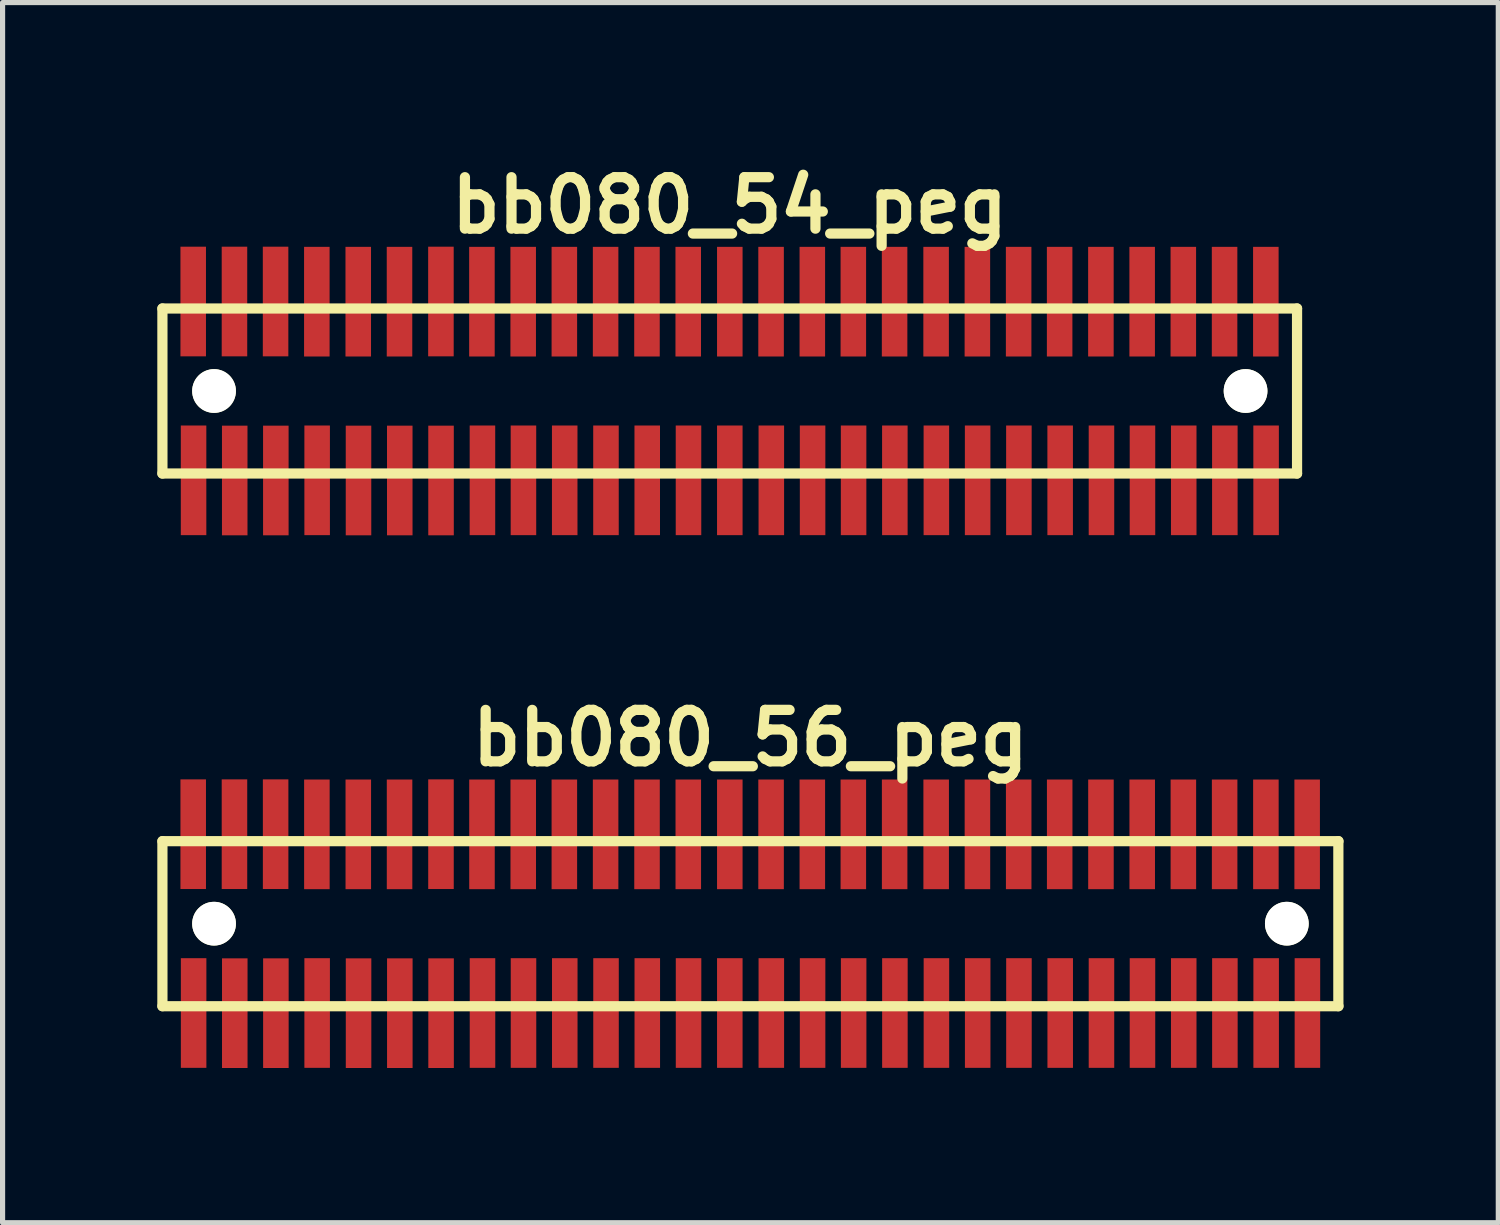
<source format=kicad_pcb>
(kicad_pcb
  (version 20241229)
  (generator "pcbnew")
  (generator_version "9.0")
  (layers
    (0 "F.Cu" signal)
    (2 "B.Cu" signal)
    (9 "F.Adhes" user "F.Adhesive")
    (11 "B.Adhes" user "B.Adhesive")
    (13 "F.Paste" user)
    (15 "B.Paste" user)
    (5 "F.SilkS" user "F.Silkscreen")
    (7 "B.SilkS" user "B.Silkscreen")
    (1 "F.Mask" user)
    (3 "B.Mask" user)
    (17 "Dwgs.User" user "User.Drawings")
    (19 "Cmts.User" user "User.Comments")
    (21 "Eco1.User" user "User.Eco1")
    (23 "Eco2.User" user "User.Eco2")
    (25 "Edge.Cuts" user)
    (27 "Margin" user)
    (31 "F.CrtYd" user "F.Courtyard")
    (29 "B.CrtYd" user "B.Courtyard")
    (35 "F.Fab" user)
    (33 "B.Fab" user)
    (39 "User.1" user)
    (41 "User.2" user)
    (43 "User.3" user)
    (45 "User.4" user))
  (footprint "bb080_56_peg"
    (layer "F.Cu")
    (at 11.499 14.859)
    (property "Reference" "bb080_56_peg" (at 0 -3.599 0) (layer "F.SilkS") (effects (font (size 0.998 0.998) (thickness 0.198))))
    (attr smd)
    (fp_line (start -11.4 -1.6) (end -11.4 1.6) (stroke (width 0.198) (type solid)) (layer "F.SilkS"))
    (fp_line (start -11.4 -1.6) (end 11.402 -1.6) (stroke (width 0.198) (type solid)) (layer "F.SilkS"))
    (fp_line (start 11.4 1.6) (end 11.4 -1.6) (stroke (width 0.198) (type solid)) (layer "F.SilkS"))
    (fp_line (start 11.402 1.6) (end -11.4 1.6) (stroke (width 0.198) (type solid)) (layer "F.SilkS"))
    (pad "" np_thru_hole circle (at -10.399 0) (size 0.848 0.848) (drill 0.848) (layers "*.Cu" "*.Mask" "F.SilkS"))
    (pad "" np_thru_hole circle (at 10.401 0) (size 0.848 0.848) (drill 0.848) (layers "*.Cu" "*.Mask" "F.SilkS"))
    (pad "1" smd rect (at -10.795 1.732) (size 0.495 2.126) (layers "F.Cu" "F.Mask" "F.Paste"))
    (pad "2" smd rect (at -10.803 -1.735) (size 0.495 2.126) (layers "F.Cu" "F.Mask" "F.Paste"))
    (pad "3" smd rect (at -9.997 1.735) (size 0.495 2.126) (layers "F.Cu" "F.Mask" "F.Paste"))
    (pad "4" smd rect (at -10.003 -1.735) (size 0.495 2.126) (layers "F.Cu" "F.Mask" "F.Paste"))
    (pad "5" smd rect (at -9.2 1.735) (size 0.495 2.126) (layers "F.Cu" "F.Mask" "F.Paste"))
    (pad "6" smd rect (at -9.205 -1.735) (size 0.495 2.126) (layers "F.Cu" "F.Mask" "F.Paste"))
    (pad "7" smd rect (at -8.4 1.732) (size 0.495 2.126) (layers "F.Cu" "F.Mask" "F.Paste"))
    (pad "8" smd rect (at -8.405 -1.732) (size 0.495 2.126) (layers "F.Cu" "F.Mask" "F.Paste"))
    (pad "9" smd rect (at -7.597 1.735) (size 0.495 2.126) (layers "F.Cu" "F.Mask" "F.Paste"))
    (pad "10" smd rect (at -7.602 -1.732) (size 0.495 2.126) (layers "F.Cu" "F.Mask" "F.Paste"))
    (pad "11" smd rect (at -6.797 1.735) (size 0.495 2.126) (layers "F.Cu" "F.Mask" "F.Paste"))
    (pad "12" smd rect (at -6.802 -1.732) (size 0.495 2.126) (layers "F.Cu" "F.Mask" "F.Paste"))
    (pad "13" smd rect (at -5.997 1.735) (size 0.495 2.126) (layers "F.Cu" "F.Mask" "F.Paste"))
    (pad "14" smd rect (at -5.999 -1.735) (size 0.495 2.126) (layers "F.Cu" "F.Mask" "F.Paste"))
    (pad "15" smd rect (at -5.194 1.732) (size 0.495 2.126) (layers "F.Cu" "F.Mask" "F.Paste"))
    (pad "16" smd rect (at -5.204 -1.732) (size 0.495 2.126) (layers "F.Cu" "F.Mask" "F.Paste"))
    (pad "17" smd rect (at -4.399 1.732) (size 0.495 2.126) (layers "F.Cu" "F.Mask" "F.Paste"))
    (pad "18" smd rect (at -4.404 -1.732) (size 0.495 2.126) (layers "F.Cu" "F.Mask" "F.Paste"))
    (pad "19" smd rect (at -3.599 1.732) (size 0.495 2.126) (layers "F.Cu" "F.Mask" "F.Paste"))
    (pad "20" smd rect (at -3.607 -1.732) (size 0.495 2.126) (layers "F.Cu" "F.Mask" "F.Paste"))
    (pad "21" smd rect (at -2.799 1.732) (size 0.495 2.126) (layers "F.Cu" "F.Mask" "F.Paste"))
    (pad "22" smd rect (at -2.807 -1.732) (size 0.495 2.126) (layers "F.Cu" "F.Mask" "F.Paste"))
    (pad "23" smd rect (at -1.999 1.732) (size 0.495 2.126) (layers "F.Cu" "F.Mask" "F.Paste"))
    (pad "24" smd rect (at -2.004 -1.732) (size 0.495 2.126) (layers "F.Cu" "F.Mask" "F.Paste"))
    (pad "25" smd rect (at -1.199 1.732) (size 0.495 2.126) (layers "F.Cu" "F.Mask" "F.Paste"))
    (pad "26" smd rect (at -1.204 -1.732) (size 0.495 2.126) (layers "F.Cu" "F.Mask" "F.Paste"))
    (pad "27" smd rect (at -0.399 1.732) (size 0.495 2.126) (layers "F.Cu" "F.Mask" "F.Paste"))
    (pad "28" smd rect (at -0.399 -1.732) (size 0.495 2.126) (layers "F.Cu" "F.Mask" "F.Paste"))
    (pad "29" smd rect (at 0.406 1.732) (size 0.495 2.126) (layers "F.Cu" "F.Mask" "F.Paste"))
    (pad "30" smd rect (at 0.401 -1.732) (size 0.495 2.126) (layers "F.Cu" "F.Mask" "F.Paste"))
    (pad "31" smd rect (at 1.206 1.732) (size 0.495 2.126) (layers "F.Cu" "F.Mask" "F.Paste"))
    (pad "32" smd rect (at 1.201 -1.732) (size 0.495 2.126) (layers "F.Cu" "F.Mask" "F.Paste"))
    (pad "33" smd rect (at 2.002 1.732) (size 0.495 2.126) (layers "F.Cu" "F.Mask" "F.Paste"))
    (pad "34" smd rect (at 1.996 -1.732) (size 0.495 2.126) (layers "F.Cu" "F.Mask" "F.Paste"))
    (pad "35" smd rect (at 2.802 1.732) (size 0.495 2.126) (layers "F.Cu" "F.Mask" "F.Paste"))
    (pad "36" smd rect (at 2.797 -1.732) (size 0.495 2.126) (layers "F.Cu" "F.Mask" "F.Paste"))
    (pad "37" smd rect (at 3.607 1.732) (size 0.495 2.126) (layers "F.Cu" "F.Mask" "F.Paste"))
    (pad "38" smd rect (at 3.602 -1.732) (size 0.495 2.126) (layers "F.Cu" "F.Mask" "F.Paste"))
    (pad "39" smd rect (at 4.407 1.732) (size 0.495 2.126) (layers "F.Cu" "F.Mask" "F.Paste"))
    (pad "40" smd rect (at 4.402 -1.732) (size 0.495 2.126) (layers "F.Cu" "F.Mask" "F.Paste"))
    (pad "41" smd rect (at 5.207 1.732) (size 0.495 2.126) (layers "F.Cu" "F.Mask" "F.Paste"))
    (pad "42" smd rect (at 5.202 -1.732) (size 0.495 2.126) (layers "F.Cu" "F.Mask" "F.Paste"))
    (pad "43" smd rect (at 6.007 1.732) (size 0.495 2.126) (layers "F.Cu" "F.Mask" "F.Paste"))
    (pad "44" smd rect (at 5.997 -1.732) (size 0.495 2.126) (layers "F.Cu" "F.Mask" "F.Paste"))
    (pad "45" smd rect (at 6.807 1.732) (size 0.495 2.126) (layers "F.Cu" "F.Mask" "F.Paste"))
    (pad "46" smd rect (at 6.797 -1.732) (size 0.495 2.126) (layers "F.Cu" "F.Mask" "F.Paste"))
    (pad "47" smd rect (at 7.602 1.732) (size 0.495 2.126) (layers "F.Cu" "F.Mask" "F.Paste"))
    (pad "48" smd rect (at 7.597 -1.732) (size 0.495 2.126) (layers "F.Cu" "F.Mask" "F.Paste"))
    (pad "49" smd rect (at 8.402 1.732) (size 0.495 2.126) (layers "F.Cu" "F.Mask" "F.Paste"))
    (pad "50" smd rect (at 8.395 -1.732) (size 0.495 2.126) (layers "F.Cu" "F.Mask" "F.Paste"))
    (pad "51" smd rect (at 9.2 1.732) (size 0.495 2.126) (layers "F.Cu" "F.Mask" "F.Paste"))
    (pad "52" smd rect (at 9.195 -1.732) (size 0.495 2.126) (layers "F.Cu" "F.Mask" "F.Paste"))
    (pad "53" smd rect (at 10 1.732) (size 0.495 2.126) (layers "F.Cu" "F.Mask" "F.Paste"))
    (pad "54" smd rect (at 9.995 -1.732) (size 0.495 2.126) (layers "F.Cu" "F.Mask" "F.Paste"))
    (pad "55" smd rect (at 10.8 1.732) (size 0.495 2.126) (layers "F.Cu" "F.Mask" "F.Paste"))
    (pad "56" smd rect (at 10.795 -1.732) (size 0.495 2.126) (layers "F.Cu" "F.Mask" "F.Paste")))
  (footprint "bb080_54_peg"
    (layer "F.Cu")
    (at 11.097 4.531)
    (property "Reference" "bb080_54_peg" (at 0 -3.599 0) (layer "F.SilkS") (effects (font (size 0.998 0.998) (thickness 0.198))))
    (attr smd)
    (fp_line (start -10.998 -1.6) (end -10.998 1.6) (stroke (width 0.198) (type solid)) (layer "F.SilkS"))
    (fp_line (start -10.998 1.6) (end 11.001 1.6) (stroke (width 0.198) (type solid)) (layer "F.SilkS"))
    (fp_line (start 11.001 -1.6) (end -10.998 -1.6) (stroke (width 0.198) (type solid)) (layer "F.SilkS"))
    (fp_line (start 11.001 1.6) (end 11.001 -1.6) (stroke (width 0.198) (type solid)) (layer "F.SilkS"))
    (pad "" np_thru_hole circle (at -9.997 0) (size 0.848 0.848) (drill 0.848) (layers "*.Cu" "*.Mask" "F.SilkS"))
    (pad "" np_thru_hole circle (at 10.003 0) (size 0.848 0.848) (drill 0.848) (layers "*.Cu" "*.Mask" "F.SilkS"))
    (pad "1" smd rect (at -10.394 1.732) (size 0.495 2.126) (layers "F.Cu" "F.Mask" "F.Paste"))
    (pad "2" smd rect (at -10.401 -1.735) (size 0.495 2.126) (layers "F.Cu" "F.Mask" "F.Paste"))
    (pad "3" smd rect (at -9.596 1.735) (size 0.495 2.126) (layers "F.Cu" "F.Mask" "F.Paste"))
    (pad "4" smd rect (at -9.601 -1.735) (size 0.495 2.126) (layers "F.Cu" "F.Mask" "F.Paste"))
    (pad "5" smd rect (at -8.799 1.735) (size 0.495 2.126) (layers "F.Cu" "F.Mask" "F.Paste"))
    (pad "6" smd rect (at -8.804 -1.735) (size 0.495 2.126) (layers "F.Cu" "F.Mask" "F.Paste"))
    (pad "7" smd rect (at -7.998 1.732) (size 0.495 2.126) (layers "F.Cu" "F.Mask" "F.Paste"))
    (pad "8" smd rect (at -8.004 -1.732) (size 0.495 2.126) (layers "F.Cu" "F.Mask" "F.Paste"))
    (pad "9" smd rect (at -7.196 1.735) (size 0.495 2.126) (layers "F.Cu" "F.Mask" "F.Paste"))
    (pad "10" smd rect (at -7.201 -1.732) (size 0.495 2.126) (layers "F.Cu" "F.Mask" "F.Paste"))
    (pad "11" smd rect (at -6.396 1.735) (size 0.495 2.126) (layers "F.Cu" "F.Mask" "F.Paste"))
    (pad "12" smd rect (at -6.401 -1.732) (size 0.495 2.126) (layers "F.Cu" "F.Mask" "F.Paste"))
    (pad "13" smd rect (at -5.596 1.735) (size 0.495 2.126) (layers "F.Cu" "F.Mask" "F.Paste"))
    (pad "14" smd rect (at -5.598 -1.735) (size 0.495 2.126) (layers "F.Cu" "F.Mask" "F.Paste"))
    (pad "15" smd rect (at -4.793 1.732) (size 0.495 2.126) (layers "F.Cu" "F.Mask" "F.Paste"))
    (pad "16" smd rect (at -4.803 -1.732) (size 0.495 2.126) (layers "F.Cu" "F.Mask" "F.Paste"))
    (pad "17" smd rect (at -3.998 1.732) (size 0.495 2.126) (layers "F.Cu" "F.Mask" "F.Paste"))
    (pad "18" smd rect (at -4.003 -1.732) (size 0.495 2.126) (layers "F.Cu" "F.Mask" "F.Paste"))
    (pad "19" smd rect (at -3.198 1.732) (size 0.495 2.126) (layers "F.Cu" "F.Mask" "F.Paste"))
    (pad "20" smd rect (at -3.205 -1.732) (size 0.495 2.126) (layers "F.Cu" "F.Mask" "F.Paste"))
    (pad "21" smd rect (at -2.398 1.732) (size 0.495 2.126) (layers "F.Cu" "F.Mask" "F.Paste"))
    (pad "22" smd rect (at -2.405 -1.732) (size 0.495 2.126) (layers "F.Cu" "F.Mask" "F.Paste"))
    (pad "23" smd rect (at -1.598 1.732) (size 0.495 2.126) (layers "F.Cu" "F.Mask" "F.Paste"))
    (pad "24" smd rect (at -1.603 -1.732) (size 0.495 2.126) (layers "F.Cu" "F.Mask" "F.Paste"))
    (pad "25" smd rect (at -0.798 1.732) (size 0.495 2.126) (layers "F.Cu" "F.Mask" "F.Paste"))
    (pad "26" smd rect (at -0.803 -1.732) (size 0.495 2.126) (layers "F.Cu" "F.Mask" "F.Paste"))
    (pad "27" smd rect (at 0.003 1.732) (size 0.495 2.126) (layers "F.Cu" "F.Mask" "F.Paste"))
    (pad "28" smd rect (at 0.003 -1.732) (size 0.495 2.126) (layers "F.Cu" "F.Mask" "F.Paste"))
    (pad "29" smd rect (at 0.808 1.732) (size 0.495 2.126) (layers "F.Cu" "F.Mask" "F.Paste"))
    (pad "30" smd rect (at 0.803 -1.732) (size 0.495 2.126) (layers "F.Cu" "F.Mask" "F.Paste"))
    (pad "31" smd rect (at 1.608 1.732) (size 0.495 2.126) (layers "F.Cu" "F.Mask" "F.Paste"))
    (pad "32" smd rect (at 1.603 -1.732) (size 0.495 2.126) (layers "F.Cu" "F.Mask" "F.Paste"))
    (pad "33" smd rect (at 2.403 1.732) (size 0.495 2.126) (layers "F.Cu" "F.Mask" "F.Paste"))
    (pad "34" smd rect (at 2.398 -1.732) (size 0.495 2.126) (layers "F.Cu" "F.Mask" "F.Paste"))
    (pad "35" smd rect (at 3.203 1.732) (size 0.495 2.126) (layers "F.Cu" "F.Mask" "F.Paste"))
    (pad "36" smd rect (at 3.198 -1.732) (size 0.495 2.126) (layers "F.Cu" "F.Mask" "F.Paste"))
    (pad "37" smd rect (at 4.008 1.732) (size 0.495 2.126) (layers "F.Cu" "F.Mask" "F.Paste"))
    (pad "38" smd rect (at 4.003 -1.732) (size 0.495 2.126) (layers "F.Cu" "F.Mask" "F.Paste"))
    (pad "39" smd rect (at 4.808 1.732) (size 0.495 2.126) (layers "F.Cu" "F.Mask" "F.Paste"))
    (pad "40" smd rect (at 4.803 -1.732) (size 0.495 2.126) (layers "F.Cu" "F.Mask" "F.Paste"))
    (pad "41" smd rect (at 5.608 1.732) (size 0.495 2.126) (layers "F.Cu" "F.Mask" "F.Paste"))
    (pad "42" smd rect (at 5.603 -1.732) (size 0.495 2.126) (layers "F.Cu" "F.Mask" "F.Paste"))
    (pad "43" smd rect (at 6.408 1.732) (size 0.495 2.126) (layers "F.Cu" "F.Mask" "F.Paste"))
    (pad "44" smd rect (at 6.398 -1.732) (size 0.495 2.126) (layers "F.Cu" "F.Mask" "F.Paste"))
    (pad "45" smd rect (at 7.209 1.732) (size 0.495 2.126) (layers "F.Cu" "F.Mask" "F.Paste"))
    (pad "46" smd rect (at 7.198 -1.732) (size 0.495 2.126) (layers "F.Cu" "F.Mask" "F.Paste"))
    (pad "47" smd rect (at 8.004 1.732) (size 0.495 2.126) (layers "F.Cu" "F.Mask" "F.Paste"))
    (pad "48" smd rect (at 7.998 -1.732) (size 0.495 2.126) (layers "F.Cu" "F.Mask" "F.Paste"))
    (pad "49" smd rect (at 8.804 1.732) (size 0.495 2.126) (layers "F.Cu" "F.Mask" "F.Paste"))
    (pad "50" smd rect (at 8.796 -1.732) (size 0.495 2.126) (layers "F.Cu" "F.Mask" "F.Paste"))
    (pad "51" smd rect (at 9.601 1.732) (size 0.495 2.126) (layers "F.Cu" "F.Mask" "F.Paste"))
    (pad "52" smd rect (at 9.596 -1.732) (size 0.495 2.126) (layers "F.Cu" "F.Mask" "F.Paste"))
    (pad "53" smd rect (at 10.401 1.732) (size 0.495 2.126) (layers "F.Cu" "F.Mask" "F.Paste"))
    (pad "54" smd rect (at 10.396 -1.732) (size 0.495 2.126) (layers "F.Cu" "F.Mask" "F.Paste")))
  (gr_rect
    (start -3 -3)
    (end 26 20.657)
    (stroke (width 0.1) (type default))
    (fill no)
    (layer "Edge.Cuts")))
</source>
